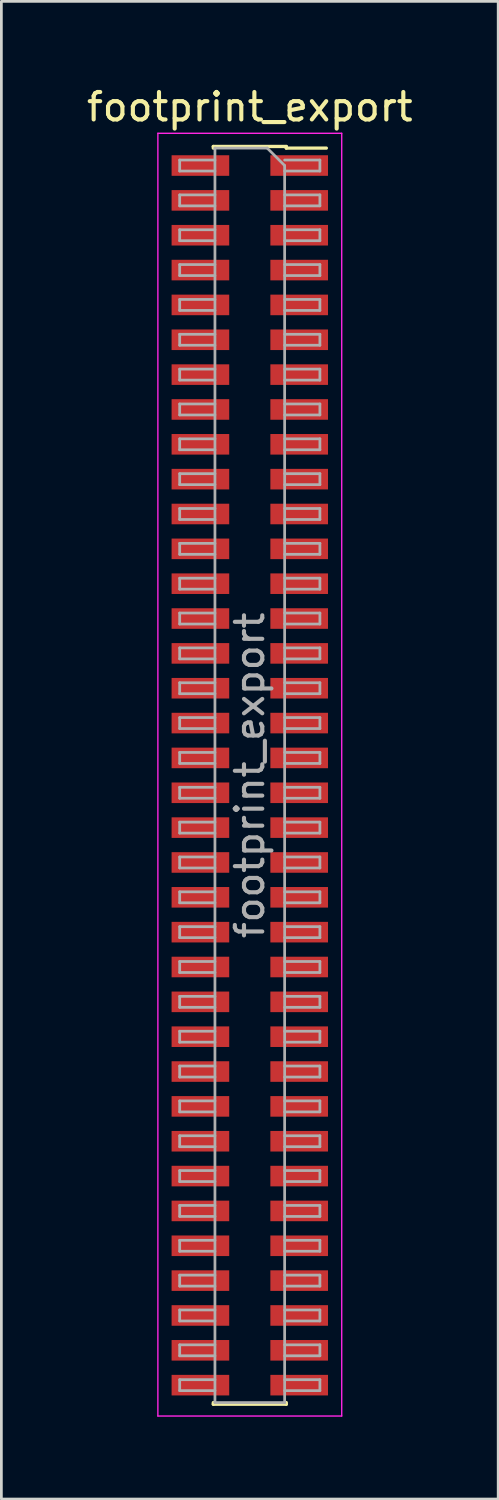
<source format=kicad_pcb>
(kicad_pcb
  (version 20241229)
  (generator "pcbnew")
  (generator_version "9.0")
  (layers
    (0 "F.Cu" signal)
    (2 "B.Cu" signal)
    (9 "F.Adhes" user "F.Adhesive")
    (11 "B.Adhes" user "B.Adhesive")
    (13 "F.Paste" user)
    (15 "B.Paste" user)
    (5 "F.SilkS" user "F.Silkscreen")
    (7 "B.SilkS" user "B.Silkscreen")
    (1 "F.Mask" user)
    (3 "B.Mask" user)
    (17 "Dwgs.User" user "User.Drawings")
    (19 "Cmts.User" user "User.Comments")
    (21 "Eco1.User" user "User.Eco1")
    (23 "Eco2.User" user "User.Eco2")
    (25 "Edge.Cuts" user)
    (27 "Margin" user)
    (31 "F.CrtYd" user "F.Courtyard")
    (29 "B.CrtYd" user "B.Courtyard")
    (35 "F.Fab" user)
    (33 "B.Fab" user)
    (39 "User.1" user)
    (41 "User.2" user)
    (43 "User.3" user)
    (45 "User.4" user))
  (footprint "footprint_export"
    (layer "F.Cu")
    (at 6.054 25.208)
    (property "Reference" "footprint_export" (at 0 -24.36 0) (layer "F.SilkS") (effects (font (size 1 1) (thickness 0.15))))
    (attr smd)
    (fp_line (start -1.33 -22.92) (end -1.33 -22.86) (stroke (width 0.12) (type solid)) (layer "F.SilkS"))
    (fp_line (start -1.33 -22.92) (end 1.33 -22.92) (stroke (width 0.12) (type solid)) (layer "F.SilkS"))
    (fp_line (start -1.33 22.86) (end -1.33 22.92) (stroke (width 0.12) (type solid)) (layer "F.SilkS"))
    (fp_line (start -1.33 22.92) (end 1.33 22.92) (stroke (width 0.12) (type solid)) (layer "F.SilkS"))
    (fp_line (start 1.33 -22.92) (end 1.33 -22.86) (stroke (width 0.12) (type solid)) (layer "F.SilkS"))
    (fp_line (start 1.33 -22.86) (end 2.79 -22.86) (stroke (width 0.12) (type solid)) (layer "F.SilkS"))
    (fp_line (start 1.33 22.86) (end 1.33 22.92) (stroke (width 0.12) (type solid)) (layer "F.SilkS"))
    (fp_line (start -3.35 -23.4) (end 3.35 -23.4) (stroke (width 0.05) (type solid)) (layer "F.CrtYd"))
    (fp_line (start -3.35 23.35) (end -3.35 -23.4) (stroke (width 0.05) (type solid)) (layer "F.CrtYd"))
    (fp_line (start 3.35 -23.4) (end 3.35 23.35) (stroke (width 0.05) (type solid)) (layer "F.CrtYd"))
    (fp_line (start 3.35 23.35) (end -3.35 23.35) (stroke (width 0.05) (type solid)) (layer "F.CrtYd"))
    (fp_line (start -2.555 -22.425) (end -1.27 -22.425) (stroke (width 0.1) (type solid)) (layer "F.Fab"))
    (fp_line (start -2.555 -22.025) (end -2.555 -22.425) (stroke (width 0.1) (type solid)) (layer "F.Fab"))
    (fp_line (start -2.555 -21.155) (end -1.27 -21.155) (stroke (width 0.1) (type solid)) (layer "F.Fab"))
    (fp_line (start -2.555 -20.755) (end -2.555 -21.155) (stroke (width 0.1) (type solid)) (layer "F.Fab"))
    (fp_line (start -2.555 -19.885) (end -1.27 -19.885) (stroke (width 0.1) (type solid)) (layer "F.Fab"))
    (fp_line (start -2.555 -19.485) (end -2.555 -19.885) (stroke (width 0.1) (type solid)) (layer "F.Fab"))
    (fp_line (start -2.555 -18.615) (end -1.27 -18.615) (stroke (width 0.1) (type solid)) (layer "F.Fab"))
    (fp_line (start -2.555 -18.215) (end -2.555 -18.615) (stroke (width 0.1) (type solid)) (layer "F.Fab"))
    (fp_line (start -2.555 -17.345) (end -1.27 -17.345) (stroke (width 0.1) (type solid)) (layer "F.Fab"))
    (fp_line (start -2.555 -16.945) (end -2.555 -17.345) (stroke (width 0.1) (type solid)) (layer "F.Fab"))
    (fp_line (start -2.555 -16.075) (end -1.27 -16.075) (stroke (width 0.1) (type solid)) (layer "F.Fab"))
    (fp_line (start -2.555 -15.675) (end -2.555 -16.075) (stroke (width 0.1) (type solid)) (layer "F.Fab"))
    (fp_line (start -2.555 -14.805) (end -1.27 -14.805) (stroke (width 0.1) (type solid)) (layer "F.Fab"))
    (fp_line (start -2.555 -14.405) (end -2.555 -14.805) (stroke (width 0.1) (type solid)) (layer "F.Fab"))
    (fp_line (start -2.555 -13.535) (end -1.27 -13.535) (stroke (width 0.1) (type solid)) (layer "F.Fab"))
    (fp_line (start -2.555 -13.135) (end -2.555 -13.535) (stroke (width 0.1) (type solid)) (layer "F.Fab"))
    (fp_line (start -2.555 -12.265) (end -1.27 -12.265) (stroke (width 0.1) (type solid)) (layer "F.Fab"))
    (fp_line (start -2.555 -11.865) (end -2.555 -12.265) (stroke (width 0.1) (type solid)) (layer "F.Fab"))
    (fp_line (start -2.555 -10.995) (end -1.27 -10.995) (stroke (width 0.1) (type solid)) (layer "F.Fab"))
    (fp_line (start -2.555 -10.595) (end -2.555 -10.995) (stroke (width 0.1) (type solid)) (layer "F.Fab"))
    (fp_line (start -2.555 -9.725) (end -1.27 -9.725) (stroke (width 0.1) (type solid)) (layer "F.Fab"))
    (fp_line (start -2.555 -9.325) (end -2.555 -9.725) (stroke (width 0.1) (type solid)) (layer "F.Fab"))
    (fp_line (start -2.555 -8.455) (end -1.27 -8.455) (stroke (width 0.1) (type solid)) (layer "F.Fab"))
    (fp_line (start -2.555 -8.055) (end -2.555 -8.455) (stroke (width 0.1) (type solid)) (layer "F.Fab"))
    (fp_line (start -2.555 -7.185) (end -1.27 -7.185) (stroke (width 0.1) (type solid)) (layer "F.Fab"))
    (fp_line (start -2.555 -6.785) (end -2.555 -7.185) (stroke (width 0.1) (type solid)) (layer "F.Fab"))
    (fp_line (start -2.555 -5.915) (end -1.27 -5.915) (stroke (width 0.1) (type solid)) (layer "F.Fab"))
    (fp_line (start -2.555 -5.515) (end -2.555 -5.915) (stroke (width 0.1) (type solid)) (layer "F.Fab"))
    (fp_line (start -2.555 -4.645) (end -1.27 -4.645) (stroke (width 0.1) (type solid)) (layer "F.Fab"))
    (fp_line (start -2.555 -4.245) (end -2.555 -4.645) (stroke (width 0.1) (type solid)) (layer "F.Fab"))
    (fp_line (start -2.555 -3.375) (end -1.27 -3.375) (stroke (width 0.1) (type solid)) (layer "F.Fab"))
    (fp_line (start -2.555 -2.975) (end -2.555 -3.375) (stroke (width 0.1) (type solid)) (layer "F.Fab"))
    (fp_line (start -2.555 -2.105) (end -1.27 -2.105) (stroke (width 0.1) (type solid)) (layer "F.Fab"))
    (fp_line (start -2.555 -1.705) (end -2.555 -2.105) (stroke (width 0.1) (type solid)) (layer "F.Fab"))
    (fp_line (start -2.555 -0.835) (end -1.27 -0.835) (stroke (width 0.1) (type solid)) (layer "F.Fab"))
    (fp_line (start -2.555 -0.435) (end -2.555 -0.835) (stroke (width 0.1) (type solid)) (layer "F.Fab"))
    (fp_line (start -2.555 0.435) (end -1.27 0.435) (stroke (width 0.1) (type solid)) (layer "F.Fab"))
    (fp_line (start -2.555 0.835) (end -2.555 0.435) (stroke (width 0.1) (type solid)) (layer "F.Fab"))
    (fp_line (start -2.555 1.705) (end -1.27 1.705) (stroke (width 0.1) (type solid)) (layer "F.Fab"))
    (fp_line (start -2.555 2.105) (end -2.555 1.705) (stroke (width 0.1) (type solid)) (layer "F.Fab"))
    (fp_line (start -2.555 2.975) (end -1.27 2.975) (stroke (width 0.1) (type solid)) (layer "F.Fab"))
    (fp_line (start -2.555 3.375) (end -2.555 2.975) (stroke (width 0.1) (type solid)) (layer "F.Fab"))
    (fp_line (start -2.555 4.245) (end -1.27 4.245) (stroke (width 0.1) (type solid)) (layer "F.Fab"))
    (fp_line (start -2.555 4.645) (end -2.555 4.245) (stroke (width 0.1) (type solid)) (layer "F.Fab"))
    (fp_line (start -2.555 5.515) (end -1.27 5.515) (stroke (width 0.1) (type solid)) (layer "F.Fab"))
    (fp_line (start -2.555 5.915) (end -2.555 5.515) (stroke (width 0.1) (type solid)) (layer "F.Fab"))
    (fp_line (start -2.555 6.785) (end -1.27 6.785) (stroke (width 0.1) (type solid)) (layer "F.Fab"))
    (fp_line (start -2.555 7.185) (end -2.555 6.785) (stroke (width 0.1) (type solid)) (layer "F.Fab"))
    (fp_line (start -2.555 8.055) (end -1.27 8.055) (stroke (width 0.1) (type solid)) (layer "F.Fab"))
    (fp_line (start -2.555 8.455) (end -2.555 8.055) (stroke (width 0.1) (type solid)) (layer "F.Fab"))
    (fp_line (start -2.555 9.325) (end -1.27 9.325) (stroke (width 0.1) (type solid)) (layer "F.Fab"))
    (fp_line (start -2.555 9.725) (end -2.555 9.325) (stroke (width 0.1) (type solid)) (layer "F.Fab"))
    (fp_line (start -2.555 10.595) (end -1.27 10.595) (stroke (width 0.1) (type solid)) (layer "F.Fab"))
    (fp_line (start -2.555 10.995) (end -2.555 10.595) (stroke (width 0.1) (type solid)) (layer "F.Fab"))
    (fp_line (start -2.555 11.865) (end -1.27 11.865) (stroke (width 0.1) (type solid)) (layer "F.Fab"))
    (fp_line (start -2.555 12.265) (end -2.555 11.865) (stroke (width 0.1) (type solid)) (layer "F.Fab"))
    (fp_line (start -2.555 13.135) (end -1.27 13.135) (stroke (width 0.1) (type solid)) (layer "F.Fab"))
    (fp_line (start -2.555 13.535) (end -2.555 13.135) (stroke (width 0.1) (type solid)) (layer "F.Fab"))
    (fp_line (start -2.555 14.405) (end -1.27 14.405) (stroke (width 0.1) (type solid)) (layer "F.Fab"))
    (fp_line (start -2.555 14.805) (end -2.555 14.405) (stroke (width 0.1) (type solid)) (layer "F.Fab"))
    (fp_line (start -2.555 15.675) (end -1.27 15.675) (stroke (width 0.1) (type solid)) (layer "F.Fab"))
    (fp_line (start -2.555 16.075) (end -2.555 15.675) (stroke (width 0.1) (type solid)) (layer "F.Fab"))
    (fp_line (start -2.555 16.945) (end -1.27 16.945) (stroke (width 0.1) (type solid)) (layer "F.Fab"))
    (fp_line (start -2.555 17.345) (end -2.555 16.945) (stroke (width 0.1) (type solid)) (layer "F.Fab"))
    (fp_line (start -2.555 18.215) (end -1.27 18.215) (stroke (width 0.1) (type solid)) (layer "F.Fab"))
    (fp_line (start -2.555 18.615) (end -2.555 18.215) (stroke (width 0.1) (type solid)) (layer "F.Fab"))
    (fp_line (start -2.555 19.485) (end -1.27 19.485) (stroke (width 0.1) (type solid)) (layer "F.Fab"))
    (fp_line (start -2.555 19.885) (end -2.555 19.485) (stroke (width 0.1) (type solid)) (layer "F.Fab"))
    (fp_line (start -2.555 20.755) (end -1.27 20.755) (stroke (width 0.1) (type solid)) (layer "F.Fab"))
    (fp_line (start -2.555 21.155) (end -2.555 20.755) (stroke (width 0.1) (type solid)) (layer "F.Fab"))
    (fp_line (start -2.555 22.025) (end -1.27 22.025) (stroke (width 0.1) (type solid)) (layer "F.Fab"))
    (fp_line (start -2.555 22.425) (end -2.555 22.025) (stroke (width 0.1) (type solid)) (layer "F.Fab"))
    (fp_line (start -1.27 -22.86) (end 0.635 -22.86) (stroke (width 0.1) (type solid)) (layer "F.Fab"))
    (fp_line (start -1.27 -22.025) (end -2.555 -22.025) (stroke (width 0.1) (type solid)) (layer "F.Fab"))
    (fp_line (start -1.27 -20.755) (end -2.555 -20.755) (stroke (width 0.1) (type solid)) (layer "F.Fab"))
    (fp_line (start -1.27 -19.485) (end -2.555 -19.485) (stroke (width 0.1) (type solid)) (layer "F.Fab"))
    (fp_line (start -1.27 -18.215) (end -2.555 -18.215) (stroke (width 0.1) (type solid)) (layer "F.Fab"))
    (fp_line (start -1.27 -16.945) (end -2.555 -16.945) (stroke (width 0.1) (type solid)) (layer "F.Fab"))
    (fp_line (start -1.27 -15.675) (end -2.555 -15.675) (stroke (width 0.1) (type solid)) (layer "F.Fab"))
    (fp_line (start -1.27 -14.405) (end -2.555 -14.405) (stroke (width 0.1) (type solid)) (layer "F.Fab"))
    (fp_line (start -1.27 -13.135) (end -2.555 -13.135) (stroke (width 0.1) (type solid)) (layer "F.Fab"))
    (fp_line (start -1.27 -11.865) (end -2.555 -11.865) (stroke (width 0.1) (type solid)) (layer "F.Fab"))
    (fp_line (start -1.27 -10.595) (end -2.555 -10.595) (stroke (width 0.1) (type solid)) (layer "F.Fab"))
    (fp_line (start -1.27 -9.325) (end -2.555 -9.325) (stroke (width 0.1) (type solid)) (layer "F.Fab"))
    (fp_line (start -1.27 -8.055) (end -2.555 -8.055) (stroke (width 0.1) (type solid)) (layer "F.Fab"))
    (fp_line (start -1.27 -6.785) (end -2.555 -6.785) (stroke (width 0.1) (type solid)) (layer "F.Fab"))
    (fp_line (start -1.27 -5.515) (end -2.555 -5.515) (stroke (width 0.1) (type solid)) (layer "F.Fab"))
    (fp_line (start -1.27 -4.245) (end -2.555 -4.245) (stroke (width 0.1) (type solid)) (layer "F.Fab"))
    (fp_line (start -1.27 -2.975) (end -2.555 -2.975) (stroke (width 0.1) (type solid)) (layer "F.Fab"))
    (fp_line (start -1.27 -1.705) (end -2.555 -1.705) (stroke (width 0.1) (type solid)) (layer "F.Fab"))
    (fp_line (start -1.27 -0.435) (end -2.555 -0.435) (stroke (width 0.1) (type solid)) (layer "F.Fab"))
    (fp_line (start -1.27 0.835) (end -2.555 0.835) (stroke (width 0.1) (type solid)) (layer "F.Fab"))
    (fp_line (start -1.27 2.105) (end -2.555 2.105) (stroke (width 0.1) (type solid)) (layer "F.Fab"))
    (fp_line (start -1.27 3.375) (end -2.555 3.375) (stroke (width 0.1) (type solid)) (layer "F.Fab"))
    (fp_line (start -1.27 4.645) (end -2.555 4.645) (stroke (width 0.1) (type solid)) (layer "F.Fab"))
    (fp_line (start -1.27 5.915) (end -2.555 5.915) (stroke (width 0.1) (type solid)) (layer "F.Fab"))
    (fp_line (start -1.27 7.185) (end -2.555 7.185) (stroke (width 0.1) (type solid)) (layer "F.Fab"))
    (fp_line (start -1.27 8.455) (end -2.555 8.455) (stroke (width 0.1) (type solid)) (layer "F.Fab"))
    (fp_line (start -1.27 9.725) (end -2.555 9.725) (stroke (width 0.1) (type solid)) (layer "F.Fab"))
    (fp_line (start -1.27 10.995) (end -2.555 10.995) (stroke (width 0.1) (type solid)) (layer "F.Fab"))
    (fp_line (start -1.27 12.265) (end -2.555 12.265) (stroke (width 0.1) (type solid)) (layer "F.Fab"))
    (fp_line (start -1.27 13.535) (end -2.555 13.535) (stroke (width 0.1) (type solid)) (layer "F.Fab"))
    (fp_line (start -1.27 14.805) (end -2.555 14.805) (stroke (width 0.1) (type solid)) (layer "F.Fab"))
    (fp_line (start -1.27 16.075) (end -2.555 16.075) (stroke (width 0.1) (type solid)) (layer "F.Fab"))
    (fp_line (start -1.27 17.345) (end -2.555 17.345) (stroke (width 0.1) (type solid)) (layer "F.Fab"))
    (fp_line (start -1.27 18.615) (end -2.555 18.615) (stroke (width 0.1) (type solid)) (layer "F.Fab"))
    (fp_line (start -1.27 19.885) (end -2.555 19.885) (stroke (width 0.1) (type solid)) (layer "F.Fab"))
    (fp_line (start -1.27 21.155) (end -2.555 21.155) (stroke (width 0.1) (type solid)) (layer "F.Fab"))
    (fp_line (start -1.27 22.425) (end -2.555 22.425) (stroke (width 0.1) (type solid)) (layer "F.Fab"))
    (fp_line (start -1.27 22.86) (end -1.27 -22.86) (stroke (width 0.1) (type solid)) (layer "F.Fab"))
    (fp_line (start 0.635 -22.86) (end 1.27 -22.225) (stroke (width 0.1) (type solid)) (layer "F.Fab"))
    (fp_line (start 1.27 -22.425) (end 2.555 -22.425) (stroke (width 0.1) (type solid)) (layer "F.Fab"))
    (fp_line (start 1.27 -22.225) (end 1.27 22.86) (stroke (width 0.1) (type solid)) (layer "F.Fab"))
    (fp_line (start 1.27 -21.155) (end 2.555 -21.155) (stroke (width 0.1) (type solid)) (layer "F.Fab"))
    (fp_line (start 1.27 -19.885) (end 2.555 -19.885) (stroke (width 0.1) (type solid)) (layer "F.Fab"))
    (fp_line (start 1.27 -18.615) (end 2.555 -18.615) (stroke (width 0.1) (type solid)) (layer "F.Fab"))
    (fp_line (start 1.27 -17.345) (end 2.555 -17.345) (stroke (width 0.1) (type solid)) (layer "F.Fab"))
    (fp_line (start 1.27 -16.075) (end 2.555 -16.075) (stroke (width 0.1) (type solid)) (layer "F.Fab"))
    (fp_line (start 1.27 -14.805) (end 2.555 -14.805) (stroke (width 0.1) (type solid)) (layer "F.Fab"))
    (fp_line (start 1.27 -13.535) (end 2.555 -13.535) (stroke (width 0.1) (type solid)) (layer "F.Fab"))
    (fp_line (start 1.27 -12.265) (end 2.555 -12.265) (stroke (width 0.1) (type solid)) (layer "F.Fab"))
    (fp_line (start 1.27 -10.995) (end 2.555 -10.995) (stroke (width 0.1) (type solid)) (layer "F.Fab"))
    (fp_line (start 1.27 -9.725) (end 2.555 -9.725) (stroke (width 0.1) (type solid)) (layer "F.Fab"))
    (fp_line (start 1.27 -8.455) (end 2.555 -8.455) (stroke (width 0.1) (type solid)) (layer "F.Fab"))
    (fp_line (start 1.27 -7.185) (end 2.555 -7.185) (stroke (width 0.1) (type solid)) (layer "F.Fab"))
    (fp_line (start 1.27 -5.915) (end 2.555 -5.915) (stroke (width 0.1) (type solid)) (layer "F.Fab"))
    (fp_line (start 1.27 -4.645) (end 2.555 -4.645) (stroke (width 0.1) (type solid)) (layer "F.Fab"))
    (fp_line (start 1.27 -3.375) (end 2.555 -3.375) (stroke (width 0.1) (type solid)) (layer "F.Fab"))
    (fp_line (start 1.27 -2.105) (end 2.555 -2.105) (stroke (width 0.1) (type solid)) (layer "F.Fab"))
    (fp_line (start 1.27 -0.835) (end 2.555 -0.835) (stroke (width 0.1) (type solid)) (layer "F.Fab"))
    (fp_line (start 1.27 0.435) (end 2.555 0.435) (stroke (width 0.1) (type solid)) (layer "F.Fab"))
    (fp_line (start 1.27 1.705) (end 2.555 1.705) (stroke (width 0.1) (type solid)) (layer "F.Fab"))
    (fp_line (start 1.27 2.975) (end 2.555 2.975) (stroke (width 0.1) (type solid)) (layer "F.Fab"))
    (fp_line (start 1.27 4.245) (end 2.555 4.245) (stroke (width 0.1) (type solid)) (layer "F.Fab"))
    (fp_line (start 1.27 5.515) (end 2.555 5.515) (stroke (width 0.1) (type solid)) (layer "F.Fab"))
    (fp_line (start 1.27 6.785) (end 2.555 6.785) (stroke (width 0.1) (type solid)) (layer "F.Fab"))
    (fp_line (start 1.27 8.055) (end 2.555 8.055) (stroke (width 0.1) (type solid)) (layer "F.Fab"))
    (fp_line (start 1.27 9.325) (end 2.555 9.325) (stroke (width 0.1) (type solid)) (layer "F.Fab"))
    (fp_line (start 1.27 10.595) (end 2.555 10.595) (stroke (width 0.1) (type solid)) (layer "F.Fab"))
    (fp_line (start 1.27 11.865) (end 2.555 11.865) (stroke (width 0.1) (type solid)) (layer "F.Fab"))
    (fp_line (start 1.27 13.135) (end 2.555 13.135) (stroke (width 0.1) (type solid)) (layer "F.Fab"))
    (fp_line (start 1.27 14.405) (end 2.555 14.405) (stroke (width 0.1) (type solid)) (layer "F.Fab"))
    (fp_line (start 1.27 15.675) (end 2.555 15.675) (stroke (width 0.1) (type solid)) (layer "F.Fab"))
    (fp_line (start 1.27 16.945) (end 2.555 16.945) (stroke (width 0.1) (type solid)) (layer "F.Fab"))
    (fp_line (start 1.27 18.215) (end 2.555 18.215) (stroke (width 0.1) (type solid)) (layer "F.Fab"))
    (fp_line (start 1.27 19.485) (end 2.555 19.485) (stroke (width 0.1) (type solid)) (layer "F.Fab"))
    (fp_line (start 1.27 20.755) (end 2.555 20.755) (stroke (width 0.1) (type solid)) (layer "F.Fab"))
    (fp_line (start 1.27 22.025) (end 2.555 22.025) (stroke (width 0.1) (type solid)) (layer "F.Fab"))
    (fp_line (start 1.27 22.86) (end -1.27 22.86) (stroke (width 0.1) (type solid)) (layer "F.Fab"))
    (fp_line (start 2.555 -22.425) (end 2.555 -22.025) (stroke (width 0.1) (type solid)) (layer "F.Fab"))
    (fp_line (start 2.555 -22.025) (end 1.27 -22.025) (stroke (width 0.1) (type solid)) (layer "F.Fab"))
    (fp_line (start 2.555 -21.155) (end 2.555 -20.755) (stroke (width 0.1) (type solid)) (layer "F.Fab"))
    (fp_line (start 2.555 -20.755) (end 1.27 -20.755) (stroke (width 0.1) (type solid)) (layer "F.Fab"))
    (fp_line (start 2.555 -19.885) (end 2.555 -19.485) (stroke (width 0.1) (type solid)) (layer "F.Fab"))
    (fp_line (start 2.555 -19.485) (end 1.27 -19.485) (stroke (width 0.1) (type solid)) (layer "F.Fab"))
    (fp_line (start 2.555 -18.615) (end 2.555 -18.215) (stroke (width 0.1) (type solid)) (layer "F.Fab"))
    (fp_line (start 2.555 -18.215) (end 1.27 -18.215) (stroke (width 0.1) (type solid)) (layer "F.Fab"))
    (fp_line (start 2.555 -17.345) (end 2.555 -16.945) (stroke (width 0.1) (type solid)) (layer "F.Fab"))
    (fp_line (start 2.555 -16.945) (end 1.27 -16.945) (stroke (width 0.1) (type solid)) (layer "F.Fab"))
    (fp_line (start 2.555 -16.075) (end 2.555 -15.675) (stroke (width 0.1) (type solid)) (layer "F.Fab"))
    (fp_line (start 2.555 -15.675) (end 1.27 -15.675) (stroke (width 0.1) (type solid)) (layer "F.Fab"))
    (fp_line (start 2.555 -14.805) (end 2.555 -14.405) (stroke (width 0.1) (type solid)) (layer "F.Fab"))
    (fp_line (start 2.555 -14.405) (end 1.27 -14.405) (stroke (width 0.1) (type solid)) (layer "F.Fab"))
    (fp_line (start 2.555 -13.535) (end 2.555 -13.135) (stroke (width 0.1) (type solid)) (layer "F.Fab"))
    (fp_line (start 2.555 -13.135) (end 1.27 -13.135) (stroke (width 0.1) (type solid)) (layer "F.Fab"))
    (fp_line (start 2.555 -12.265) (end 2.555 -11.865) (stroke (width 0.1) (type solid)) (layer "F.Fab"))
    (fp_line (start 2.555 -11.865) (end 1.27 -11.865) (stroke (width 0.1) (type solid)) (layer "F.Fab"))
    (fp_line (start 2.555 -10.995) (end 2.555 -10.595) (stroke (width 0.1) (type solid)) (layer "F.Fab"))
    (fp_line (start 2.555 -10.595) (end 1.27 -10.595) (stroke (width 0.1) (type solid)) (layer "F.Fab"))
    (fp_line (start 2.555 -9.725) (end 2.555 -9.325) (stroke (width 0.1) (type solid)) (layer "F.Fab"))
    (fp_line (start 2.555 -9.325) (end 1.27 -9.325) (stroke (width 0.1) (type solid)) (layer "F.Fab"))
    (fp_line (start 2.555 -8.455) (end 2.555 -8.055) (stroke (width 0.1) (type solid)) (layer "F.Fab"))
    (fp_line (start 2.555 -8.055) (end 1.27 -8.055) (stroke (width 0.1) (type solid)) (layer "F.Fab"))
    (fp_line (start 2.555 -7.185) (end 2.555 -6.785) (stroke (width 0.1) (type solid)) (layer "F.Fab"))
    (fp_line (start 2.555 -6.785) (end 1.27 -6.785) (stroke (width 0.1) (type solid)) (layer "F.Fab"))
    (fp_line (start 2.555 -5.915) (end 2.555 -5.515) (stroke (width 0.1) (type solid)) (layer "F.Fab"))
    (fp_line (start 2.555 -5.515) (end 1.27 -5.515) (stroke (width 0.1) (type solid)) (layer "F.Fab"))
    (fp_line (start 2.555 -4.645) (end 2.555 -4.245) (stroke (width 0.1) (type solid)) (layer "F.Fab"))
    (fp_line (start 2.555 -4.245) (end 1.27 -4.245) (stroke (width 0.1) (type solid)) (layer "F.Fab"))
    (fp_line (start 2.555 -3.375) (end 2.555 -2.975) (stroke (width 0.1) (type solid)) (layer "F.Fab"))
    (fp_line (start 2.555 -2.975) (end 1.27 -2.975) (stroke (width 0.1) (type solid)) (layer "F.Fab"))
    (fp_line (start 2.555 -2.105) (end 2.555 -1.705) (stroke (width 0.1) (type solid)) (layer "F.Fab"))
    (fp_line (start 2.555 -1.705) (end 1.27 -1.705) (stroke (width 0.1) (type solid)) (layer "F.Fab"))
    (fp_line (start 2.555 -0.835) (end 2.555 -0.435) (stroke (width 0.1) (type solid)) (layer "F.Fab"))
    (fp_line (start 2.555 -0.435) (end 1.27 -0.435) (stroke (width 0.1) (type solid)) (layer "F.Fab"))
    (fp_line (start 2.555 0.435) (end 2.555 0.835) (stroke (width 0.1) (type solid)) (layer "F.Fab"))
    (fp_line (start 2.555 0.835) (end 1.27 0.835) (stroke (width 0.1) (type solid)) (layer "F.Fab"))
    (fp_line (start 2.555 1.705) (end 2.555 2.105) (stroke (width 0.1) (type solid)) (layer "F.Fab"))
    (fp_line (start 2.555 2.105) (end 1.27 2.105) (stroke (width 0.1) (type solid)) (layer "F.Fab"))
    (fp_line (start 2.555 2.975) (end 2.555 3.375) (stroke (width 0.1) (type solid)) (layer "F.Fab"))
    (fp_line (start 2.555 3.375) (end 1.27 3.375) (stroke (width 0.1) (type solid)) (layer "F.Fab"))
    (fp_line (start 2.555 4.245) (end 2.555 4.645) (stroke (width 0.1) (type solid)) (layer "F.Fab"))
    (fp_line (start 2.555 4.645) (end 1.27 4.645) (stroke (width 0.1) (type solid)) (layer "F.Fab"))
    (fp_line (start 2.555 5.515) (end 2.555 5.915) (stroke (width 0.1) (type solid)) (layer "F.Fab"))
    (fp_line (start 2.555 5.915) (end 1.27 5.915) (stroke (width 0.1) (type solid)) (layer "F.Fab"))
    (fp_line (start 2.555 6.785) (end 2.555 7.185) (stroke (width 0.1) (type solid)) (layer "F.Fab"))
    (fp_line (start 2.555 7.185) (end 1.27 7.185) (stroke (width 0.1) (type solid)) (layer "F.Fab"))
    (fp_line (start 2.555 8.055) (end 2.555 8.455) (stroke (width 0.1) (type solid)) (layer "F.Fab"))
    (fp_line (start 2.555 8.455) (end 1.27 8.455) (stroke (width 0.1) (type solid)) (layer "F.Fab"))
    (fp_line (start 2.555 9.325) (end 2.555 9.725) (stroke (width 0.1) (type solid)) (layer "F.Fab"))
    (fp_line (start 2.555 9.725) (end 1.27 9.725) (stroke (width 0.1) (type solid)) (layer "F.Fab"))
    (fp_line (start 2.555 10.595) (end 2.555 10.995) (stroke (width 0.1) (type solid)) (layer "F.Fab"))
    (fp_line (start 2.555 10.995) (end 1.27 10.995) (stroke (width 0.1) (type solid)) (layer "F.Fab"))
    (fp_line (start 2.555 11.865) (end 2.555 12.265) (stroke (width 0.1) (type solid)) (layer "F.Fab"))
    (fp_line (start 2.555 12.265) (end 1.27 12.265) (stroke (width 0.1) (type solid)) (layer "F.Fab"))
    (fp_line (start 2.555 13.135) (end 2.555 13.535) (stroke (width 0.1) (type solid)) (layer "F.Fab"))
    (fp_line (start 2.555 13.535) (end 1.27 13.535) (stroke (width 0.1) (type solid)) (layer "F.Fab"))
    (fp_line (start 2.555 14.405) (end 2.555 14.805) (stroke (width 0.1) (type solid)) (layer "F.Fab"))
    (fp_line (start 2.555 14.805) (end 1.27 14.805) (stroke (width 0.1) (type solid)) (layer "F.Fab"))
    (fp_line (start 2.555 15.675) (end 2.555 16.075) (stroke (width 0.1) (type solid)) (layer "F.Fab"))
    (fp_line (start 2.555 16.075) (end 1.27 16.075) (stroke (width 0.1) (type solid)) (layer "F.Fab"))
    (fp_line (start 2.555 16.945) (end 2.555 17.345) (stroke (width 0.1) (type solid)) (layer "F.Fab"))
    (fp_line (start 2.555 17.345) (end 1.27 17.345) (stroke (width 0.1) (type solid)) (layer "F.Fab"))
    (fp_line (start 2.555 18.215) (end 2.555 18.615) (stroke (width 0.1) (type solid)) (layer "F.Fab"))
    (fp_line (start 2.555 18.615) (end 1.27 18.615) (stroke (width 0.1) (type solid)) (layer "F.Fab"))
    (fp_line (start 2.555 19.485) (end 2.555 19.885) (stroke (width 0.1) (type solid)) (layer "F.Fab"))
    (fp_line (start 2.555 19.885) (end 1.27 19.885) (stroke (width 0.1) (type solid)) (layer "F.Fab"))
    (fp_line (start 2.555 20.755) (end 2.555 21.155) (stroke (width 0.1) (type solid)) (layer "F.Fab"))
    (fp_line (start 2.555 21.155) (end 1.27 21.155) (stroke (width 0.1) (type solid)) (layer "F.Fab"))
    (fp_line (start 2.555 22.025) (end 2.555 22.425) (stroke (width 0.1) (type solid)) (layer "F.Fab"))
    (fp_line (start 2.555 22.425) (end 1.27 22.425) (stroke (width 0.1) (type solid)) (layer "F.Fab"))
    (fp_text user "${REFERENCE}" (at 0 0 90) (layer "F.Fab") (effects (font (size 1 1) (thickness 0.15))))
    (pad "1" smd rect (at 1.8 -22.225) (size 2.1 0.75) (layers "F.Cu" "F.Mask" "F.Paste"))
    (pad "2" smd rect (at -1.8 -22.225) (size 2.1 0.75) (layers "F.Cu" "F.Mask" "F.Paste"))
    (pad "3" smd rect (at 1.8 -20.955) (size 2.1 0.75) (layers "F.Cu" "F.Mask" "F.Paste"))
    (pad "4" smd rect (at -1.8 -20.955) (size 2.1 0.75) (layers "F.Cu" "F.Mask" "F.Paste"))
    (pad "5" smd rect (at 1.8 -19.685) (size 2.1 0.75) (layers "F.Cu" "F.Mask" "F.Paste"))
    (pad "6" smd rect (at -1.8 -19.685) (size 2.1 0.75) (layers "F.Cu" "F.Mask" "F.Paste"))
    (pad "7" smd rect (at 1.8 -18.415) (size 2.1 0.75) (layers "F.Cu" "F.Mask" "F.Paste"))
    (pad "8" smd rect (at -1.8 -18.415) (size 2.1 0.75) (layers "F.Cu" "F.Mask" "F.Paste"))
    (pad "9" smd rect (at 1.8 -17.145) (size 2.1 0.75) (layers "F.Cu" "F.Mask" "F.Paste"))
    (pad "10" smd rect (at -1.8 -17.145) (size 2.1 0.75) (layers "F.Cu" "F.Mask" "F.Paste"))
    (pad "11" smd rect (at 1.8 -15.875) (size 2.1 0.75) (layers "F.Cu" "F.Mask" "F.Paste"))
    (pad "12" smd rect (at -1.8 -15.875) (size 2.1 0.75) (layers "F.Cu" "F.Mask" "F.Paste"))
    (pad "13" smd rect (at 1.8 -14.605) (size 2.1 0.75) (layers "F.Cu" "F.Mask" "F.Paste"))
    (pad "14" smd rect (at -1.8 -14.605) (size 2.1 0.75) (layers "F.Cu" "F.Mask" "F.Paste"))
    (pad "15" smd rect (at 1.8 -13.335) (size 2.1 0.75) (layers "F.Cu" "F.Mask" "F.Paste"))
    (pad "16" smd rect (at -1.8 -13.335) (size 2.1 0.75) (layers "F.Cu" "F.Mask" "F.Paste"))
    (pad "17" smd rect (at 1.8 -12.065) (size 2.1 0.75) (layers "F.Cu" "F.Mask" "F.Paste"))
    (pad "18" smd rect (at -1.8 -12.065) (size 2.1 0.75) (layers "F.Cu" "F.Mask" "F.Paste"))
    (pad "19" smd rect (at 1.8 -10.795) (size 2.1 0.75) (layers "F.Cu" "F.Mask" "F.Paste"))
    (pad "20" smd rect (at -1.8 -10.795) (size 2.1 0.75) (layers "F.Cu" "F.Mask" "F.Paste"))
    (pad "21" smd rect (at 1.8 -9.525) (size 2.1 0.75) (layers "F.Cu" "F.Mask" "F.Paste"))
    (pad "22" smd rect (at -1.8 -9.525) (size 2.1 0.75) (layers "F.Cu" "F.Mask" "F.Paste"))
    (pad "23" smd rect (at 1.8 -8.255) (size 2.1 0.75) (layers "F.Cu" "F.Mask" "F.Paste"))
    (pad "24" smd rect (at -1.8 -8.255) (size 2.1 0.75) (layers "F.Cu" "F.Mask" "F.Paste"))
    (pad "25" smd rect (at 1.8 -6.985) (size 2.1 0.75) (layers "F.Cu" "F.Mask" "F.Paste"))
    (pad "26" smd rect (at -1.8 -6.985) (size 2.1 0.75) (layers "F.Cu" "F.Mask" "F.Paste"))
    (pad "27" smd rect (at 1.8 -5.715) (size 2.1 0.75) (layers "F.Cu" "F.Mask" "F.Paste"))
    (pad "28" smd rect (at -1.8 -5.715) (size 2.1 0.75) (layers "F.Cu" "F.Mask" "F.Paste"))
    (pad "29" smd rect (at 1.8 -4.445) (size 2.1 0.75) (layers "F.Cu" "F.Mask" "F.Paste"))
    (pad "30" smd rect (at -1.8 -4.445) (size 2.1 0.75) (layers "F.Cu" "F.Mask" "F.Paste"))
    (pad "31" smd rect (at 1.8 -3.175) (size 2.1 0.75) (layers "F.Cu" "F.Mask" "F.Paste"))
    (pad "32" smd rect (at -1.8 -3.175) (size 2.1 0.75) (layers "F.Cu" "F.Mask" "F.Paste"))
    (pad "33" smd rect (at 1.8 -1.905) (size 2.1 0.75) (layers "F.Cu" "F.Mask" "F.Paste"))
    (pad "34" smd rect (at -1.8 -1.905) (size 2.1 0.75) (layers "F.Cu" "F.Mask" "F.Paste"))
    (pad "35" smd rect (at 1.8 -0.635) (size 2.1 0.75) (layers "F.Cu" "F.Mask" "F.Paste"))
    (pad "36" smd rect (at -1.8 -0.635) (size 2.1 0.75) (layers "F.Cu" "F.Mask" "F.Paste"))
    (pad "37" smd rect (at 1.8 0.635) (size 2.1 0.75) (layers "F.Cu" "F.Mask" "F.Paste"))
    (pad "38" smd rect (at -1.8 0.635) (size 2.1 0.75) (layers "F.Cu" "F.Mask" "F.Paste"))
    (pad "39" smd rect (at 1.8 1.905) (size 2.1 0.75) (layers "F.Cu" "F.Mask" "F.Paste"))
    (pad "40" smd rect (at -1.8 1.905) (size 2.1 0.75) (layers "F.Cu" "F.Mask" "F.Paste"))
    (pad "41" smd rect (at 1.8 3.175) (size 2.1 0.75) (layers "F.Cu" "F.Mask" "F.Paste"))
    (pad "42" smd rect (at -1.8 3.175) (size 2.1 0.75) (layers "F.Cu" "F.Mask" "F.Paste"))
    (pad "43" smd rect (at 1.8 4.445) (size 2.1 0.75) (layers "F.Cu" "F.Mask" "F.Paste"))
    (pad "44" smd rect (at -1.8 4.445) (size 2.1 0.75) (layers "F.Cu" "F.Mask" "F.Paste"))
    (pad "45" smd rect (at 1.8 5.715) (size 2.1 0.75) (layers "F.Cu" "F.Mask" "F.Paste"))
    (pad "46" smd rect (at -1.8 5.715) (size 2.1 0.75) (layers "F.Cu" "F.Mask" "F.Paste"))
    (pad "47" smd rect (at 1.8 6.985) (size 2.1 0.75) (layers "F.Cu" "F.Mask" "F.Paste"))
    (pad "48" smd rect (at -1.8 6.985) (size 2.1 0.75) (layers "F.Cu" "F.Mask" "F.Paste"))
    (pad "49" smd rect (at 1.8 8.255) (size 2.1 0.75) (layers "F.Cu" "F.Mask" "F.Paste"))
    (pad "50" smd rect (at -1.8 8.255) (size 2.1 0.75) (layers "F.Cu" "F.Mask" "F.Paste"))
    (pad "51" smd rect (at 1.8 9.525) (size 2.1 0.75) (layers "F.Cu" "F.Mask" "F.Paste"))
    (pad "52" smd rect (at -1.8 9.525) (size 2.1 0.75) (layers "F.Cu" "F.Mask" "F.Paste"))
    (pad "53" smd rect (at 1.8 10.795) (size 2.1 0.75) (layers "F.Cu" "F.Mask" "F.Paste"))
    (pad "54" smd rect (at -1.8 10.795) (size 2.1 0.75) (layers "F.Cu" "F.Mask" "F.Paste"))
    (pad "55" smd rect (at 1.8 12.065) (size 2.1 0.75) (layers "F.Cu" "F.Mask" "F.Paste"))
    (pad "56" smd rect (at -1.8 12.065) (size 2.1 0.75) (layers "F.Cu" "F.Mask" "F.Paste"))
    (pad "57" smd rect (at 1.8 13.335) (size 2.1 0.75) (layers "F.Cu" "F.Mask" "F.Paste"))
    (pad "58" smd rect (at -1.8 13.335) (size 2.1 0.75) (layers "F.Cu" "F.Mask" "F.Paste"))
    (pad "59" smd rect (at 1.8 14.605) (size 2.1 0.75) (layers "F.Cu" "F.Mask" "F.Paste"))
    (pad "60" smd rect (at -1.8 14.605) (size 2.1 0.75) (layers "F.Cu" "F.Mask" "F.Paste"))
    (pad "61" smd rect (at 1.8 15.875) (size 2.1 0.75) (layers "F.Cu" "F.Mask" "F.Paste"))
    (pad "62" smd rect (at -1.8 15.875) (size 2.1 0.75) (layers "F.Cu" "F.Mask" "F.Paste"))
    (pad "63" smd rect (at 1.8 17.145) (size 2.1 0.75) (layers "F.Cu" "F.Mask" "F.Paste"))
    (pad "64" smd rect (at -1.8 17.145) (size 2.1 0.75) (layers "F.Cu" "F.Mask" "F.Paste"))
    (pad "65" smd rect (at 1.8 18.415) (size 2.1 0.75) (layers "F.Cu" "F.Mask" "F.Paste"))
    (pad "66" smd rect (at -1.8 18.415) (size 2.1 0.75) (layers "F.Cu" "F.Mask" "F.Paste"))
    (pad "67" smd rect (at 1.8 19.685) (size 2.1 0.75) (layers "F.Cu" "F.Mask" "F.Paste"))
    (pad "68" smd rect (at -1.8 19.685) (size 2.1 0.75) (layers "F.Cu" "F.Mask" "F.Paste"))
    (pad "69" smd rect (at 1.8 20.955) (size 2.1 0.75) (layers "F.Cu" "F.Mask" "F.Paste"))
    (pad "70" smd rect (at -1.8 20.955) (size 2.1 0.75) (layers "F.Cu" "F.Mask" "F.Paste"))
    (pad "71" smd rect (at 1.8 22.225) (size 2.1 0.75) (layers "F.Cu" "F.Mask" "F.Paste"))
    (pad "72" smd rect (at -1.8 22.225) (size 2.1 0.75) (layers "F.Cu" "F.Mask" "F.Paste")))
  (gr_rect
    (start -3 -3)
    (end 15.107 51.583)
    (stroke (width 0.1) (type default))
    (fill no)
    (layer "Edge.Cuts")))
</source>
